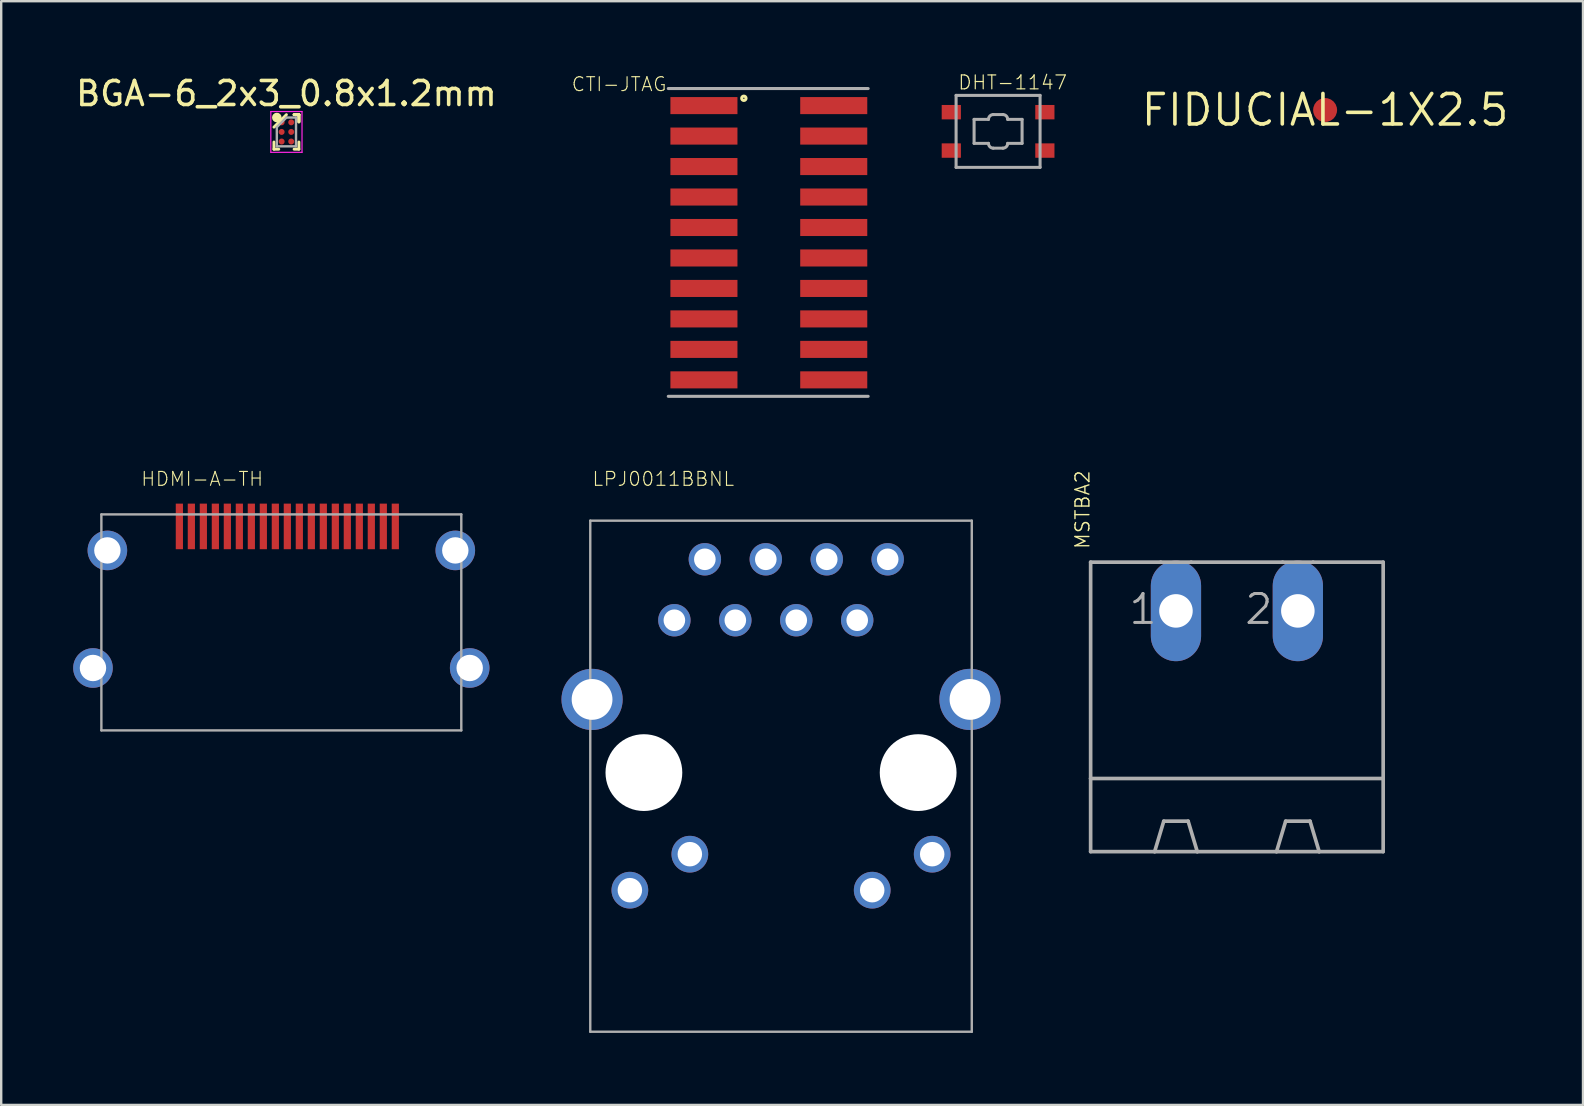
<source format=kicad_pcb>
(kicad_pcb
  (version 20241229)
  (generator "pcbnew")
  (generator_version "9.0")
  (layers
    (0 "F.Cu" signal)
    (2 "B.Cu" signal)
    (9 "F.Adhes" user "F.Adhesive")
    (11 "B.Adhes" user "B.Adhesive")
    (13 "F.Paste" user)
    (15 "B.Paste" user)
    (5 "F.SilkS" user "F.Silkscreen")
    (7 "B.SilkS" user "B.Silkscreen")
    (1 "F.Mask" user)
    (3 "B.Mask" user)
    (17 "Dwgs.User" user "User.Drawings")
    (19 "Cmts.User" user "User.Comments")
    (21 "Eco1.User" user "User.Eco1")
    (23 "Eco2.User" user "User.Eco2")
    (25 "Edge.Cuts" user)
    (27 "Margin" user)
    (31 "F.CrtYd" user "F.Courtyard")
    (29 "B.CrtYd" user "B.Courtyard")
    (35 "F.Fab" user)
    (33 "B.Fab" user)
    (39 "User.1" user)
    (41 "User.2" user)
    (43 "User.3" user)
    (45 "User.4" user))
  (footprint "LPJ0011BBNL"
    (layer "F.Cu")
    (at 29.5 29.149)
    (property "Reference" "LPJ0011BBNL" (at -7.9 -11.9 0) (layer "F.SilkS") (effects (font (size 0.579 0.579) (thickness 0.046)) (justify left bottom)))
    (attr through_hole)
    (fp_line (start -7.95 -10.5) (end -7.95 10.8) (stroke (width 0.1) (type solid)) (layer "F.Fab"))
    (fp_line (start -7.95 10.8) (end 7.95 10.8) (stroke (width 0.1) (type solid)) (layer "F.Fab"))
    (fp_line (start 7.95 -10.5) (end -7.95 -10.5) (stroke (width 0.1) (type solid)) (layer "F.Fab"))
    (fp_line (start 7.95 10.8) (end 7.95 -10.5) (stroke (width 0.1) (type solid)) (layer "F.Fab"))
    (pad "" np_thru_hole circle (at -5.715 0) (size 3.2 3.2) (drill 3.2) (layers "*.Cu" "*.Mask"))
    (pad "" np_thru_hole circle (at 5.715 0) (size 3.2 3.2) (drill 3.2) (layers "*.Cu" "*.Mask"))
    (pad "1" thru_hole circle (at -4.445 -6.35) (size 1.35 1.35) (drill 0.9) (layers "*.Cu" "*.Mask"))
    (pad "2" thru_hole circle (at -3.175 -8.89) (size 1.35 1.35) (drill 0.9) (layers "*.Cu" "*.Mask"))
    (pad "3" thru_hole circle (at -1.905 -6.35) (size 1.35 1.35) (drill 0.9) (layers "*.Cu" "*.Mask"))
    (pad "4" thru_hole circle (at -0.635 -8.89) (size 1.35 1.35) (drill 0.9) (layers "*.Cu" "*.Mask"))
    (pad "5" thru_hole circle (at 0.635 -6.35) (size 1.35 1.35) (drill 0.9) (layers "*.Cu" "*.Mask"))
    (pad "6" thru_hole circle (at 1.905 -8.89) (size 1.35 1.35) (drill 0.9) (layers "*.Cu" "*.Mask"))
    (pad "7" thru_hole circle (at 3.175 -6.35) (size 1.35 1.35) (drill 0.9) (layers "*.Cu" "*.Mask"))
    (pad "8" thru_hole circle (at 4.445 -8.89) (size 1.35 1.35) (drill 0.9) (layers "*.Cu" "*.Mask"))
    (pad "9" thru_hole circle (at -6.3 4.9) (size 1.53 1.53) (drill 1.02) (layers "*.Cu" "*.Mask"))
    (pad "10" thru_hole circle (at -3.8 3.4) (size 1.53 1.53) (drill 1.02) (layers "*.Cu" "*.Mask"))
    (pad "11" thru_hole circle (at 3.8 4.9) (size 1.53 1.53) (drill 1.02) (layers "*.Cu" "*.Mask"))
    (pad "12" thru_hole circle (at 6.3 3.4) (size 1.53 1.53) (drill 1.02) (layers "*.Cu" "*.Mask"))
    (pad "SHD1" thru_hole circle (at -7.875 -3.05) (size 2.55 2.55) (drill 1.7) (layers "*.Cu" "*.Mask"))
    (pad "SHD2" thru_hole circle (at 7.875 -3.05) (size 2.55 2.55) (drill 1.7) (layers "*.Cu" "*.Mask")))
  (footprint "FIDUCIAL-1X2.5"
    (layer "F.Cu")
    (at 52.175 1.535)
    (property "Reference" "FIDUCIAL-1X2.5" (at 0 0 0) (layer "F.SilkS") (effects (font (size 1.27 1.27) (thickness 0.15))))
    (attr through_hole)
    (fp_circle (center 0 0) (end 0.9 0) (stroke (width 1.27) (type solid)) (fill no) (layer "F.Mask"))
    (pad "1" smd roundrect (at 0 0) (size 1 1) (layers "F.Cu" "F.Mask") (roundrect_rratio 0.5)))
  (footprint "HDMI-A-TH"
    (layer "F.Cu")
    (at 8.675 24.789)
    (property "Reference" "HDMI-A-TH" (at -5.88 -7.54 0) (layer "F.SilkS") (effects (font (size 0.579 0.579) (thickness 0.046)) (justify left bottom)))
    (attr through_hole)
    (fp_line (start -7.5 -6.4) (end -7.5 2.6) (stroke (width 0.1) (type solid)) (layer "F.Fab"))
    (fp_line (start -7.5 2.6) (end 7.5 2.6) (stroke (width 0.1) (type solid)) (layer "F.Fab"))
    (fp_line (start 7.5 -6.4) (end -7.5 -6.4) (stroke (width 0.1) (type solid)) (layer "F.Fab"))
    (fp_line (start 7.5 2.6) (end 7.5 -6.4) (stroke (width 0.1) (type solid)) (layer "F.Fab"))
    (pad "1" smd rect (at 4.75 -5.9) (size 0.3 1.9) (layers "F.Cu" "F.Mask" "F.Paste"))
    (pad "2" smd rect (at 4.25 -5.9) (size 0.3 1.9) (layers "F.Cu" "F.Mask" "F.Paste"))
    (pad "3" smd rect (at 3.75 -5.9) (size 0.3 1.9) (layers "F.Cu" "F.Mask" "F.Paste"))
    (pad "4" smd rect (at 3.25 -5.9) (size 0.3 1.9) (layers "F.Cu" "F.Mask" "F.Paste"))
    (pad "5" smd rect (at 2.75 -5.9) (size 0.3 1.9) (layers "F.Cu" "F.Mask" "F.Paste"))
    (pad "6" smd rect (at 2.25 -5.9) (size 0.3 1.9) (layers "F.Cu" "F.Mask" "F.Paste"))
    (pad "7" smd rect (at 1.75 -5.9) (size 0.3 1.9) (layers "F.Cu" "F.Mask" "F.Paste"))
    (pad "8" smd rect (at 1.25 -5.9) (size 0.3 1.9) (layers "F.Cu" "F.Mask" "F.Paste"))
    (pad "9" smd rect (at 0.75 -5.9) (size 0.3 1.9) (layers "F.Cu" "F.Mask" "F.Paste"))
    (pad "10" smd rect (at 0.25 -5.9) (size 0.3 1.9) (layers "F.Cu" "F.Mask" "F.Paste"))
    (pad "11" smd rect (at -0.25 -5.9) (size 0.3 1.9) (layers "F.Cu" "F.Mask" "F.Paste"))
    (pad "12" smd rect (at -0.75 -5.9) (size 0.3 1.9) (layers "F.Cu" "F.Mask" "F.Paste"))
    (pad "13" smd rect (at -1.25 -5.9) (size 0.3 1.9) (layers "F.Cu" "F.Mask" "F.Paste"))
    (pad "14" smd rect (at -1.75 -5.9) (size 0.3 1.9) (layers "F.Cu" "F.Mask" "F.Paste"))
    (pad "15" smd rect (at -2.25 -5.9) (size 0.3 1.9) (layers "F.Cu" "F.Mask" "F.Paste"))
    (pad "16" smd rect (at -2.75 -5.9) (size 0.3 1.9) (layers "F.Cu" "F.Mask" "F.Paste"))
    (pad "17" smd rect (at -3.25 -5.9) (size 0.3 1.9) (layers "F.Cu" "F.Mask" "F.Paste"))
    (pad "18" smd rect (at -3.75 -5.9) (size 0.3 1.9) (layers "F.Cu" "F.Mask" "F.Paste"))
    (pad "19" smd rect (at -4.25 -5.9) (size 0.3 1.9) (layers "F.Cu" "F.Mask" "F.Paste"))
    (pad "P$1" thru_hole circle (at -7.25 -4.9) (size 1.65 1.65) (drill 1.1) (layers "*.Cu" "*.Mask"))
    (pad "P$2" thru_hole circle (at -7.85 0) (size 1.65 1.65) (drill 1.1) (layers "*.Cu" "*.Mask"))
    (pad "P$3" thru_hole circle (at 7.25 -4.9) (size 1.65 1.65) (drill 1.1) (layers "*.Cu" "*.Mask"))
    (pad "P$4" thru_hole circle (at 7.85 0) (size 1.65 1.65) (drill 1.1) (layers "*.Cu" "*.Mask")))
  (footprint "CTI-JTAG"
    (layer "F.Cu")
    (at 28.992 7.066)
    (property "Reference" "CTI-JTAG" (at -4.224 -6.944 180) (layer "F.SilkS") (effects (font (size 0.579 0.579) (thickness 0.046)) (justify right top)))
    (attr through_hole)
    (fp_circle (center -1.041 -6.02) (end -0.95 -6.02) (stroke (width 0.127) (type solid)) (fill no) (layer "F.SilkS"))
    (fp_line (start -4.191 -6.426) (end 4.14 -6.426) (stroke (width 0.127) (type solid)) (layer "F.Fab"))
    (fp_line (start -4.191 6.401) (end 4.14 6.401) (stroke (width 0.127) (type solid)) (layer "F.Fab"))
    (pad "1" smd rect (at -2.705 -5.715) (size 2.794 0.711) (layers "F.Cu" "F.Mask" "F.Paste"))
    (pad "2" smd rect (at 2.705 -5.715) (size 2.794 0.711) (layers "F.Cu" "F.Mask" "F.Paste"))
    (pad "3" smd rect (at -2.705 -4.445) (size 2.794 0.711) (layers "F.Cu" "F.Mask" "F.Paste"))
    (pad "4" smd rect (at 2.705 -4.445) (size 2.794 0.711) (layers "F.Cu" "F.Mask" "F.Paste"))
    (pad "5" smd rect (at -2.705 -3.175) (size 2.794 0.711) (layers "F.Cu" "F.Mask" "F.Paste"))
    (pad "6" smd rect (at 2.705 -3.175) (size 2.794 0.711) (layers "F.Cu" "F.Mask" "F.Paste"))
    (pad "7" smd rect (at -2.705 -1.905) (size 2.794 0.711) (layers "F.Cu" "F.Mask" "F.Paste"))
    (pad "8" smd rect (at 2.705 -1.905) (size 2.794 0.711) (layers "F.Cu" "F.Mask" "F.Paste"))
    (pad "9" smd rect (at -2.705 -0.635) (size 2.794 0.711) (layers "F.Cu" "F.Mask" "F.Paste"))
    (pad "10" smd rect (at 2.705 -0.635) (size 2.794 0.711) (layers "F.Cu" "F.Mask" "F.Paste"))
    (pad "11" smd rect (at -2.705 0.635) (size 2.794 0.711) (layers "F.Cu" "F.Mask" "F.Paste"))
    (pad "12" smd rect (at 2.705 0.635) (size 2.794 0.711) (layers "F.Cu" "F.Mask" "F.Paste"))
    (pad "13" smd rect (at -2.705 1.905) (size 2.794 0.711) (layers "F.Cu" "F.Mask" "F.Paste"))
    (pad "14" smd rect (at 2.705 1.905) (size 2.794 0.711) (layers "F.Cu" "F.Mask" "F.Paste"))
    (pad "15" smd rect (at -2.705 3.175) (size 2.794 0.711) (layers "F.Cu" "F.Mask" "F.Paste"))
    (pad "16" smd rect (at 2.705 3.175) (size 2.794 0.711) (layers "F.Cu" "F.Mask" "F.Paste"))
    (pad "17" smd rect (at -2.705 4.445) (size 2.794 0.711) (layers "F.Cu" "F.Mask" "F.Paste"))
    (pad "18" smd rect (at 2.705 4.445) (size 2.794 0.711) (layers "F.Cu" "F.Mask" "F.Paste"))
    (pad "19" smd rect (at -2.705 5.715) (size 2.794 0.711) (layers "F.Cu" "F.Mask" "F.Paste"))
    (pad "20" smd rect (at 2.705 5.715) (size 2.794 0.711) (layers "F.Cu" "F.Mask" "F.Paste")))
  (footprint "DHT-1147"
    (layer "F.Cu")
    (at 38.546 2.425)
    (property "Reference" "DHT-1147" (at -1.7 -1.7 0) (layer "F.SilkS") (effects (font (size 0.579 0.579) (thickness 0.049)) (justify left bottom)))
    (attr through_hole)
    (fp_line (start -1.75 -1.5) (end -1.75 1.5) (stroke (width 0.127) (type solid)) (layer "F.Fab"))
    (fp_line (start -1.75 1.5) (end 1.75 1.5) (stroke (width 0.127) (type solid)) (layer "F.Fab"))
    (fp_line (start -1 -0.5) (end -0.4 -0.5) (stroke (width 0.127) (type solid)) (layer "F.Fab"))
    (fp_line (start -1 0.5) (end -1 -0.5) (stroke (width 0.127) (type solid)) (layer "F.Fab"))
    (fp_line (start -0.4 0.5) (end -1 0.5) (stroke (width 0.127) (type solid)) (layer "F.Fab"))
    (fp_line (start -0.2 -0.7) (end 0.2 -0.7) (stroke (width 0.127) (type solid)) (layer "F.Fab"))
    (fp_line (start 0.2 0.7) (end -0.2 0.7) (stroke (width 0.127) (type solid)) (layer "F.Fab"))
    (fp_line (start 0.4 -0.5) (end 1 -0.5) (stroke (width 0.127) (type solid)) (layer "F.Fab"))
    (fp_line (start 1 -0.5) (end 1 0.5) (stroke (width 0.127) (type solid)) (layer "F.Fab"))
    (fp_line (start 1 0.5) (end 0.4 0.5) (stroke (width 0.127) (type solid)) (layer "F.Fab"))
    (fp_line (start 1.75 -1.5) (end -1.75 -1.5) (stroke (width 0.127) (type solid)) (layer "F.Fab"))
    (fp_line (start 1.75 1.5) (end 1.75 -1.5) (stroke (width 0.127) (type solid)) (layer "F.Fab"))
    (fp_arc (start -0.4 -0.5) (mid -0.341421 -0.641422) (end -0.199999 -0.700001) (stroke (width 0.127) (type solid)) (layer "F.Fab"))
    (fp_arc (start -0.2 0.7) (mid -0.341421 0.641421) (end -0.399999 0.499999) (stroke (width 0.127) (type solid)) (layer "F.Fab"))
    (fp_arc (start 0.2 -0.7) (mid 0.341421 -0.641421) (end 0.399999 -0.499999) (stroke (width 0.127) (type solid)) (layer "F.Fab"))
    (fp_arc (start 0.4 0.5) (mid 0.341421 0.641422) (end 0.199999 0.700001) (stroke (width 0.127) (type solid)) (layer "F.Fab"))
    (pad "1" smd rect (at -1.95 -0.8) (size 0.8 0.6) (layers "F.Cu" "F.Mask" "F.Paste"))
    (pad "2" smd rect (at 1.95 -0.8) (size 0.8 0.6) (layers "F.Cu" "F.Mask" "F.Paste"))
    (pad "3" smd rect (at -1.95 0.8) (size 0.8 0.6) (layers "F.Cu" "F.Mask" "F.Paste"))
    (pad "4" smd rect (at 1.95 0.8) (size 0.8 0.6) (layers "F.Cu" "F.Mask" "F.Paste")))
  (footprint "BGA-6_2x3_0.8x1.2mm"
    (layer "F.Cu")
    (at 8.887 2.448)
    (property "Reference" "BGA-6_2x3_0.8x1.2mm" (at 0 -1.6 0) (layer "F.SilkS") (effects (font (size 1 1) (thickness 0.15))))
    (attr smd)
    (fp_line (start -0.52 0.72) (end -0.52 0.42) (stroke (width 0.12) (type solid)) (layer "F.SilkS"))
    (fp_line (start -0.32 0.72) (end -0.52 0.72) (stroke (width 0.12) (type solid)) (layer "F.SilkS"))
    (fp_line (start 0 -0.72) (end -0.52 -0.2) (stroke (width 0.12) (type solid)) (layer "F.SilkS"))
    (fp_line (start 0.32 -0.72) (end 0.52 -0.72) (stroke (width 0.12) (type solid)) (layer "F.SilkS"))
    (fp_line (start 0.32 -0.72) (end 0.52 -0.72) (stroke (width 0.12) (type solid)) (layer "F.SilkS"))
    (fp_line (start 0.32 -0.72) (end 0.52 -0.72) (stroke (width 0.12) (type solid)) (layer "F.SilkS"))
    (fp_line (start 0.32 0.72) (end 0.52 0.72) (stroke (width 0.12) (type solid)) (layer "F.SilkS"))
    (fp_line (start 0.52 -0.72) (end 0.52 -0.42) (stroke (width 0.12) (type solid)) (layer "F.SilkS"))
    (fp_line (start 0.52 -0.72) (end 0.52 -0.42) (stroke (width 0.12) (type solid)) (layer "F.SilkS"))
    (fp_line (start 0.52 -0.72) (end 0.52 -0.42) (stroke (width 0.12) (type solid)) (layer "F.SilkS"))
    (fp_line (start 0.52 0.72) (end 0.52 0.42) (stroke (width 0.12) (type solid)) (layer "F.SilkS"))
    (fp_circle (center -0.4 -0.6) (end -0.4 -0.5) (stroke (width 0.2) (type solid)) (fill no) (layer "F.SilkS"))
    (fp_line (start -0.65 -0.85) (end 0.65 -0.85) (stroke (width 0.05) (type solid)) (layer "F.CrtYd"))
    (fp_line (start -0.65 0.85) (end -0.65 -0.85) (stroke (width 0.05) (type solid)) (layer "F.CrtYd"))
    (fp_line (start 0.65 -0.85) (end 0.65 0.85) (stroke (width 0.05) (type solid)) (layer "F.CrtYd"))
    (fp_line (start 0.65 0.85) (end -0.65 0.85) (stroke (width 0.05) (type solid)) (layer "F.CrtYd"))
    (fp_line (start -0.4 -0.2) (end -0.4 0.6) (stroke (width 0.1) (type solid)) (layer "F.Fab"))
    (fp_line (start -0.4 0.6) (end 0.4 0.6) (stroke (width 0.1) (type solid)) (layer "F.Fab"))
    (fp_line (start 0 -0.6) (end -0.4 -0.2) (stroke (width 0.1) (type solid)) (layer "F.Fab"))
    (fp_line (start 0.4 -0.6) (end 0 -0.6) (stroke (width 0.1) (type solid)) (layer "F.Fab"))
    (fp_line (start 0.4 0.6) (end 0.4 -0.6) (stroke (width 0.1) (type solid)) (layer "F.Fab"))
    (pad "A1" smd circle (at -0.2 -0.4) (size 0.25 0.25) (layers "F.Cu" "F.Mask" "F.Paste"))
    (pad "A2" smd circle (at 0.2 -0.4) (size 0.25 0.25) (layers "F.Cu" "F.Mask" "F.Paste"))
    (pad "B1" smd circle (at -0.2 0) (size 0.25 0.25) (layers "F.Cu" "F.Mask" "F.Paste"))
    (pad "B2" smd circle (at 0.2 0) (size 0.25 0.25) (layers "F.Cu" "F.Mask" "F.Paste"))
    (pad "C1" smd circle (at -0.2 0.4) (size 0.25 0.25) (layers "F.Cu" "F.Mask" "F.Paste"))
    (pad "C2" smd circle (at 0.2 0.4) (size 0.25 0.25) (layers "F.Cu" "F.Mask" "F.Paste")))
  (footprint "MSTBA2"
    (layer "F.Cu")
    (at 48.499 27.49)
    (property "Reference" "MSTBA2" (at -6.096 -7.62 90) (layer "F.SilkS") (effects (font (size 0.579 0.579) (thickness 0.058)) (justify left bottom)))
    (attr through_hole)
    (fp_line (start -6.096 -7.112) (end -6.096 1.905) (stroke (width 0.152) (type solid)) (layer "F.Fab"))
    (fp_line (start -6.096 -7.112) (end -3.175 -7.112) (stroke (width 0.152) (type solid)) (layer "F.Fab"))
    (fp_line (start -6.096 1.905) (end -6.096 4.953) (stroke (width 0.152) (type solid)) (layer "F.Fab"))
    (fp_line (start -6.096 1.905) (end 6.096 1.905) (stroke (width 0.152) (type solid)) (layer "F.Fab"))
    (fp_line (start -6.096 4.953) (end -3.429 4.953) (stroke (width 0.152) (type solid)) (layer "F.Fab"))
    (fp_line (start -3.429 4.953) (end -3.048 3.683) (stroke (width 0.152) (type solid)) (layer "F.Fab"))
    (fp_line (start -3.429 4.953) (end -1.651 4.953) (stroke (width 0.152) (type solid)) (layer "F.Fab"))
    (fp_line (start -3.175 -7.112) (end -1.905 -7.112) (stroke (width 0.152) (type solid)) (layer "F.Fab"))
    (fp_line (start -2.032 3.683) (end -3.048 3.683) (stroke (width 0.152) (type solid)) (layer "F.Fab"))
    (fp_line (start -1.905 -7.112) (end 1.905 -7.112) (stroke (width 0.152) (type solid)) (layer "F.Fab"))
    (fp_line (start -1.651 4.953) (end -2.032 3.683) (stroke (width 0.152) (type solid)) (layer "F.Fab"))
    (fp_line (start -1.651 4.953) (end 1.651 4.953) (stroke (width 0.152) (type solid)) (layer "F.Fab"))
    (fp_line (start 1.651 4.953) (end 2.032 3.683) (stroke (width 0.152) (type solid)) (layer "F.Fab"))
    (fp_line (start 1.651 4.953) (end 3.429 4.953) (stroke (width 0.152) (type solid)) (layer "F.Fab"))
    (fp_line (start 1.905 -7.112) (end 3.175 -7.112) (stroke (width 0.152) (type solid)) (layer "F.Fab"))
    (fp_line (start 2.032 3.683) (end 3.048 3.683) (stroke (width 0.152) (type solid)) (layer "F.Fab"))
    (fp_line (start 3.175 -7.112) (end 6.096 -7.112) (stroke (width 0.152) (type solid)) (layer "F.Fab"))
    (fp_line (start 3.429 4.953) (end 3.048 3.683) (stroke (width 0.152) (type solid)) (layer "F.Fab"))
    (fp_line (start 3.429 4.953) (end 6.096 4.953) (stroke (width 0.152) (type solid)) (layer "F.Fab"))
    (fp_line (start 6.096 -7.112) (end 6.096 1.905) (stroke (width 0.152) (type solid)) (layer "F.Fab"))
    (fp_line (start 6.096 1.905) (end 6.096 4.953) (stroke (width 0.152) (type solid)) (layer "F.Fab"))
    (fp_text user "2" (at 0.254 -4.445 0) (layer "F.Fab") (effects (font (size 1.206 1.206) (thickness 0.127)) (justify left bottom)))
    (fp_text user "1" (at -4.572 -4.445 0) (layer "F.Fab") (effects (font (size 1.206 1.206) (thickness 0.127)) (justify left bottom)))
    (pad "1" thru_hole oval (at -2.54 -5.08 90) (size 4.191 2.095) (drill 1.397) (layers "*.Cu" "*.Mask"))
    (pad "2" thru_hole oval (at 2.54 -5.08 90) (size 4.191 2.095) (drill 1.397) (layers "*.Cu" "*.Mask")))
  (gr_rect
    (start -3 -3)
    (end 62.923 42.999)
    (stroke (width 0.1) (type default))
    (fill no)
    (layer "Edge.Cuts")))
</source>
